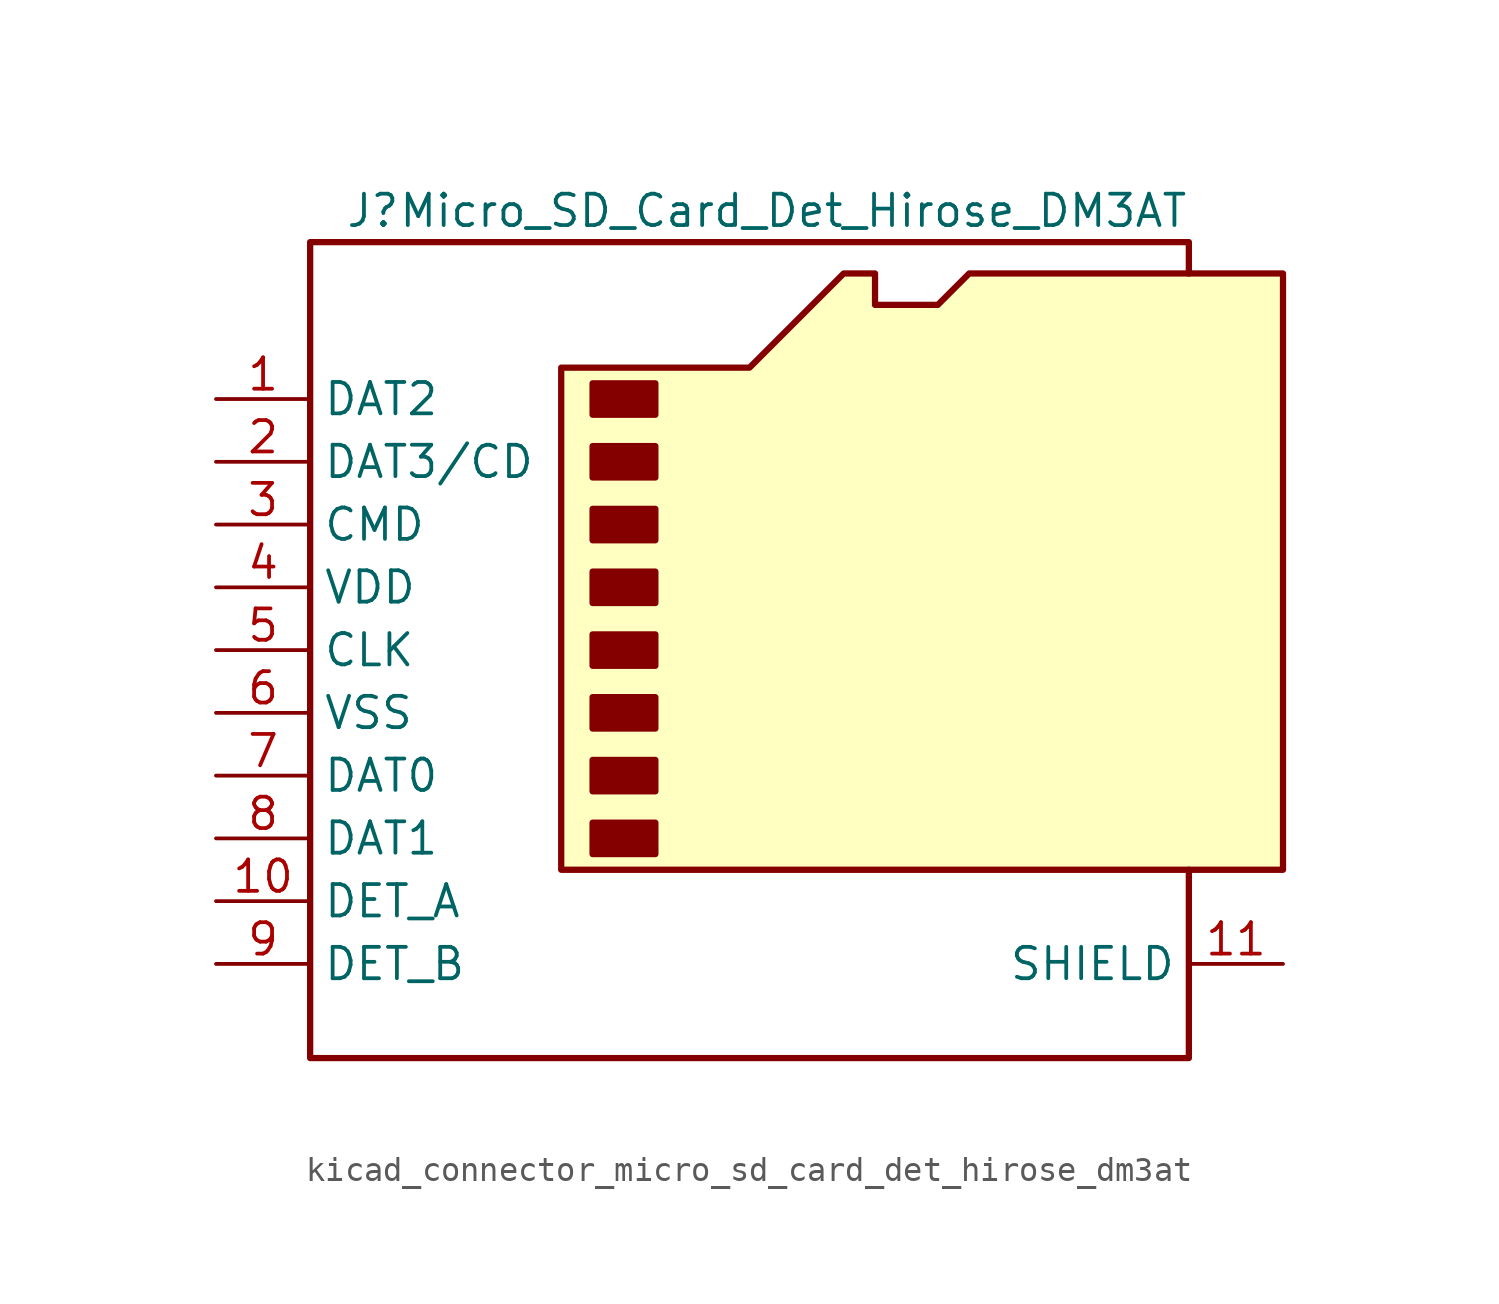
<source format=kicad_sym>
(kicad_symbol_lib
  (version 20220914)
  (generator kicad_symbol_editor)
  (symbol "kicad_connector_micro_sd_card_det_hirose_dm3at"
    (property "Reference" "J"
      (at -16.51 17.78 0)
      (effects (font (size 1.27 1.27))))
    (property "Value" "Micro_SD_Card_Det_Hirose_DM3AT"
      (at 16.51 17.78 0)
      (effects (font (size 1.27 1.27)) (justify right)))
    (symbol "kicad_connector_micro_sd_card_det_hirose_dm3at_0_1"
      (rectangle (start -7.62 -6.985) (end -5.08 -8.255) (stroke (width 0.254) (type default)) (fill (type outline)))
      (rectangle (start -7.62 -4.445) (end -5.08 -5.715) (stroke (width 0.254) (type default)) (fill (type outline)))
      (rectangle (start -7.62 -1.905) (end -5.08 -3.175) (stroke (width 0.254) (type default)) (fill (type outline)))
      (rectangle (start -7.62 0.635) (end -5.08 -0.635) (stroke (width 0.254) (type default)) (fill (type outline)))
      (rectangle (start -7.62 3.175) (end -5.08 1.905) (stroke (width 0.254) (type default)) (fill (type outline)))
      (rectangle (start -7.62 5.715) (end -5.08 4.445) (stroke (width 0.254) (type default)) (fill (type outline)))
      (rectangle (start -7.62 8.255) (end -5.08 6.985) (stroke (width 0.254) (type default)) (fill (type outline)))
      (rectangle (start -7.62 10.795) (end -5.08 9.525) (stroke (width 0.254) (type default)) (fill (type outline)))
      (polyline (pts (xy 16.51 15.24) (xy 16.51 16.51) (xy -19.05 16.51) (xy -19.05 -16.51) (xy 16.51 -16.51) (xy 16.51 -8.89)) (stroke (width 0.254) (type default)) (fill (type none)))
      (polyline (pts (xy -8.89 -8.89) (xy -8.89 11.43) (xy -1.27 11.43) (xy 2.54 15.24) (xy 3.81 15.24) (xy 3.81 13.97) (xy 6.35 13.97) (xy 7.62 15.24) (xy 20.32 15.24) (xy 20.32 -8.89) (xy -8.89 -8.89)) (stroke (width 0.254) (type default)) (fill (type background))))
    (symbol "kicad_connector_micro_sd_card_det_hirose_dm3at_1_1"
      (pin bidirectional line (at -22.86 10.16 0) (length 3.81) (name "DAT2" (effects (font (size 1.27 1.27)))) (number "1" (effects (font (size 1.27 1.27)))))
      (pin passive line (at -22.86 -10.16 0) (length 3.81) (name "DET_A" (effects (font (size 1.27 1.27)))) (number "10" (effects (font (size 1.27 1.27)))))
      (pin passive line (at 20.32 -12.7 180) (length 3.81) (name "SHIELD" (effects (font (size 1.27 1.27)))) (number "11" (effects (font (size 1.27 1.27)))))
      (pin bidirectional line (at -22.86 7.62 0) (length 3.81) (name "DAT3/CD" (effects (font (size 1.27 1.27)))) (number "2" (effects (font (size 1.27 1.27)))))
      (pin input line (at -22.86 5.08 0) (length 3.81) (name "CMD" (effects (font (size 1.27 1.27)))) (number "3" (effects (font (size 1.27 1.27)))))
      (pin power_in line (at -22.86 2.54 0) (length 3.81) (name "VDD" (effects (font (size 1.27 1.27)))) (number "4" (effects (font (size 1.27 1.27)))))
      (pin input line (at -22.86 0 0) (length 3.81) (name "CLK" (effects (font (size 1.27 1.27)))) (number "5" (effects (font (size 1.27 1.27)))))
      (pin power_in line (at -22.86 -2.54 0) (length 3.81) (name "VSS" (effects (font (size 1.27 1.27)))) (number "6" (effects (font (size 1.27 1.27)))))
      (pin bidirectional line (at -22.86 -5.08 0) (length 3.81) (name "DAT0" (effects (font (size 1.27 1.27)))) (number "7" (effects (font (size 1.27 1.27)))))
      (pin bidirectional line (at -22.86 -7.62 0) (length 3.81) (name "DAT1" (effects (font (size 1.27 1.27)))) (number "8" (effects (font (size 1.27 1.27)))))
      (pin passive line (at -22.86 -12.7 0) (length 3.81) (name "DET_B" (effects (font (size 1.27 1.27)))) (number "9" (effects (font (size 1.27 1.27))))))))
</source>
